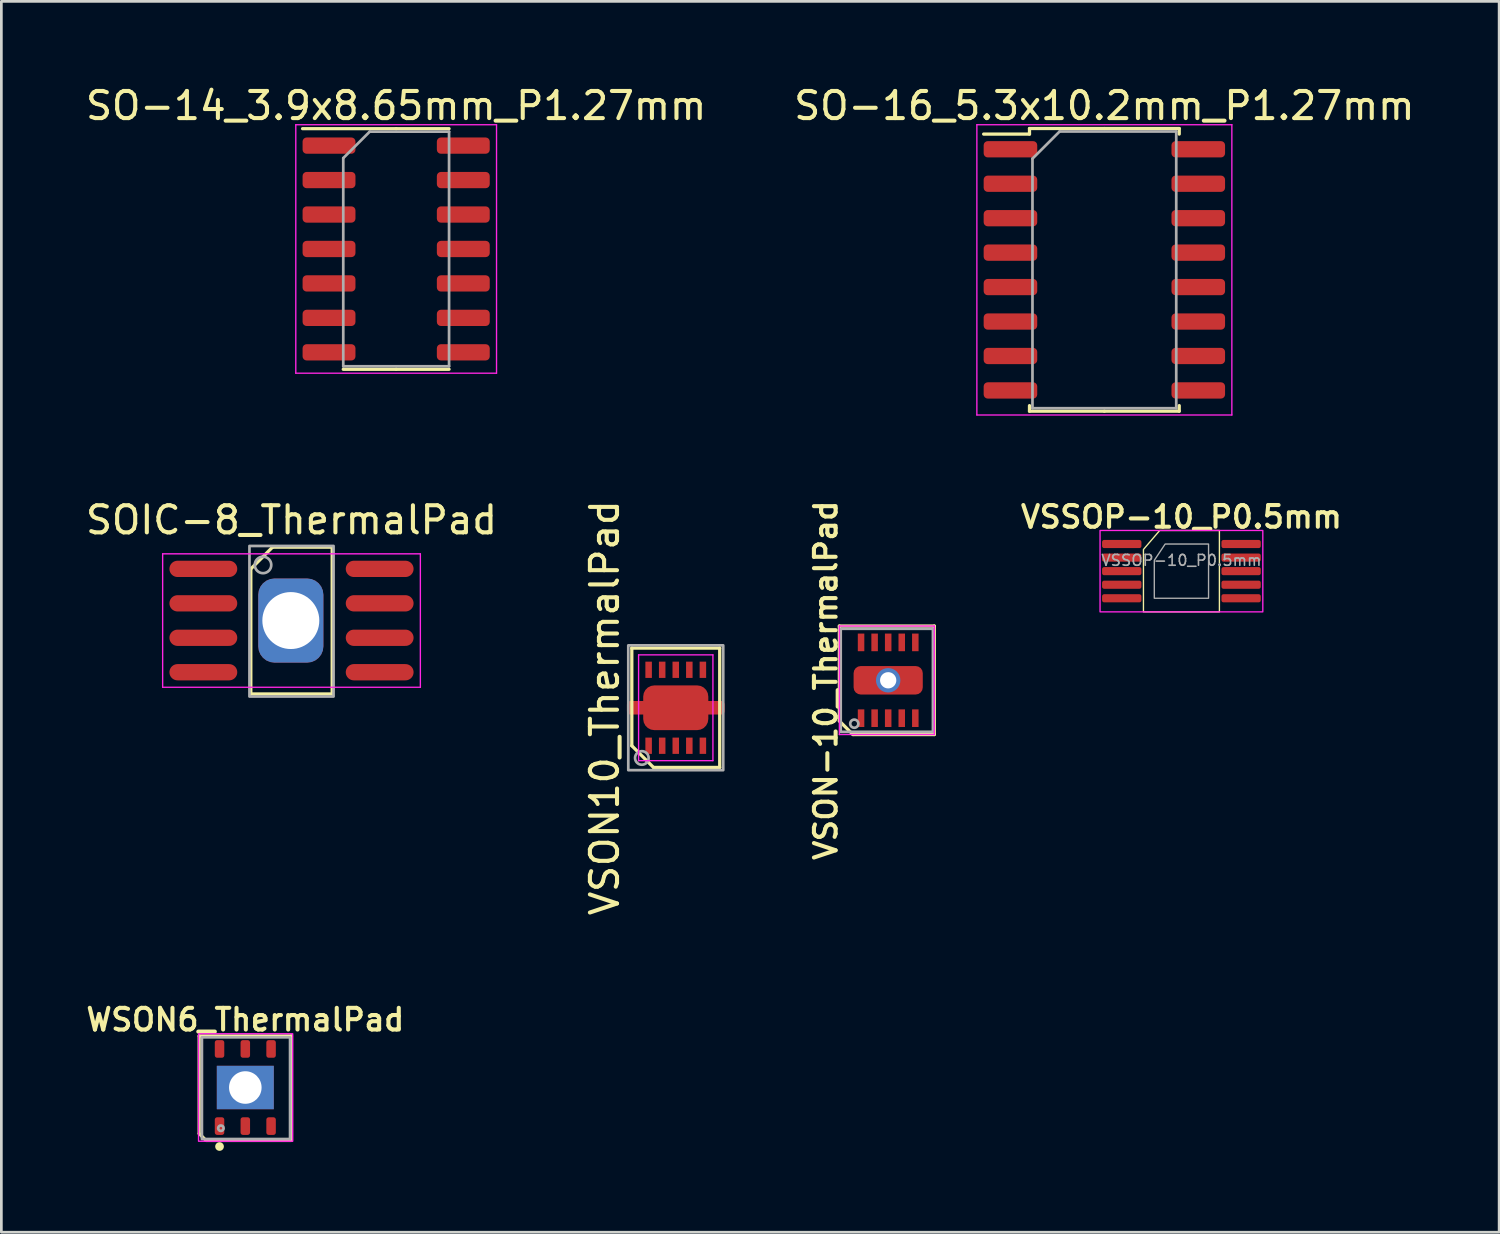
<source format=kicad_pcb>
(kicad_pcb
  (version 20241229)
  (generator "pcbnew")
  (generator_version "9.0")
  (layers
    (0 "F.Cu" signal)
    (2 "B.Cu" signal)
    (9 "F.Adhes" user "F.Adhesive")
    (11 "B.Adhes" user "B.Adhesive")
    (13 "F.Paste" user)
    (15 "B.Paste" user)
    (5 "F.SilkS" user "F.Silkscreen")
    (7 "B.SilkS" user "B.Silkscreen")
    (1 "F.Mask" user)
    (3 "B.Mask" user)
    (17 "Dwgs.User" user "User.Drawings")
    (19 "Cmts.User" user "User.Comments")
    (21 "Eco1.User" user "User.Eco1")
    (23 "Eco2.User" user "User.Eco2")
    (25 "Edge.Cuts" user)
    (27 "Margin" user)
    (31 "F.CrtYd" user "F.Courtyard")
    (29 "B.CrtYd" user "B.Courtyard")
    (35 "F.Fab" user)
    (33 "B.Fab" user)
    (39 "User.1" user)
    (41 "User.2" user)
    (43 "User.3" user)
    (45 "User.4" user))
  (footprint "VSON-10_ThermalPad"
    (layer "F.Cu")
    (at 29.692 22.028)
    (property "Reference" "VSON-10_ThermalPad" (at -2.3 0 90) (layer "F.SilkS") (effects (font (size 0.8 0.8) (thickness 0.15))))
    (attr smd)
    (fp_line (start -1.8 -2) (end 1.7 -2) (stroke (width 0.12) (type default)) (layer "F.SilkS"))
    (fp_line (start -1.8 1.5) (end -1.8 -2) (stroke (width 0.12) (type default)) (layer "F.SilkS"))
    (fp_line (start -1.3 2) (end -1.8 1.5) (stroke (width 0.12) (type default)) (layer "F.SilkS"))
    (fp_line (start 1.7 -2) (end 1.7 2) (stroke (width 0.12) (type default)) (layer "F.SilkS"))
    (fp_line (start 1.7 2) (end -1.3 2) (stroke (width 0.12) (type default)) (layer "F.SilkS"))
    (fp_line (start -1.8 -2) (end 1.7 -2) (stroke (width 0.05) (type default)) (layer "F.CrtYd"))
    (fp_line (start -1.8 2) (end -1.8 -2) (stroke (width 0.05) (type default)) (layer "F.CrtYd"))
    (fp_line (start 1.7 -2) (end 1.7 2) (stroke (width 0.05) (type default)) (layer "F.CrtYd"))
    (fp_line (start 1.7 2) (end -1.8 2) (stroke (width 0.05) (type default)) (layer "F.CrtYd"))
    (fp_rect (start -1.75 -1.9) (end 1.65 1.9) (stroke (width 0.1) (type default)) (fill no) (layer "F.Fab"))
    (fp_circle (center -1.25 1.6) (end -1.1 1.6) (stroke (width 0.1) (type solid)) (fill no) (layer "F.Fab"))
    (pad "1" smd rect (at -1 1.397) (size 0.24 0.65) (layers "F.Cu" "F.Mask" "F.Paste"))
    (pad "2" smd rect (at -0.5 1.397) (size 0.24 0.65) (layers "F.Cu" "F.Mask" "F.Paste"))
    (pad "3" smd rect (at 0 1.397) (size 0.24 0.65) (layers "F.Cu" "F.Mask" "F.Paste"))
    (pad "4" smd rect (at 0.5 1.397) (size 0.24 0.65) (layers "F.Cu" "F.Mask" "F.Paste"))
    (pad "5" smd rect (at 1 1.397) (size 0.24 0.65) (layers "F.Cu" "F.Mask" "F.Paste"))
    (pad "6" smd rect (at 1 -1.397) (size 0.24 0.65) (layers "F.Cu" "F.Mask" "F.Paste"))
    (pad "7" smd rect (at 0.5 -1.397) (size 0.24 0.65) (layers "F.Cu" "F.Mask" "F.Paste"))
    (pad "8" smd rect (at 0 -1.397) (size 0.24 0.65) (layers "F.Cu" "F.Mask" "F.Paste"))
    (pad "9" smd rect (at -0.5 -1.397) (size 0.24 0.65) (layers "F.Cu" "F.Mask" "F.Paste"))
    (pad "10" smd rect (at -1 -1.397) (size 0.24 0.65) (layers "F.Cu" "F.Mask" "F.Paste"))
    (pad "11" thru_hole circle (at 0 0) (size 0.9 0.9) (drill 0.6) (layers "*.Cu" "*.Mask"))
    (pad "11" smd roundrect (at 0 0) (size 2.55 1.05) (layers "F.Cu" "F.Mask" "F.Paste") (roundrect_rratio 0.25)))
  (footprint "VSSOP-10_P0.5mm"
    (layer "F.Cu")
    (at 40.502 18.005)
    (property "Reference" "VSSOP-10_P0.5mm" (at 0 -2 0) (unlocked yes) (layer "F.SilkS") (effects (font (size 0.8 0.8) (thickness 0.15))))
    (attr smd)
    (fp_poly (pts (xy -1.4 -0.8) (xy -0.8 -1.5) (xy 1.4 -1.5) (xy 1.4 1.5) (xy -1.4 1.5)) (stroke (width 0.05) (type solid)) (fill no) (layer "F.SilkS"))
    (fp_rect (start -3 -1.5) (end 3 1.5) (stroke (width 0.05) (type default)) (fill no) (layer "F.CrtYd"))
    (fp_poly (pts (xy -1 -0.4) (xy -0.6 -1) (xy 1 -1) (xy 1 1) (xy -1 1)) (stroke (width 0.05) (type solid)) (fill no) (layer "F.Fab"))
    (fp_text user "${REFERENCE}" (at 0 -0.4 0) (unlocked yes) (layer "F.Fab") (effects (font (size 0.4 0.4) (thickness 0.06))))
    (pad "1" smd roundrect (at -2.2 -1) (size 1.45 0.3) (layers "F.Cu" "F.Mask" "F.Paste") (roundrect_rratio 0.25))
    (pad "2" smd roundrect (at -2.2 -0.5) (size 1.45 0.3) (layers "F.Cu" "F.Mask" "F.Paste") (roundrect_rratio 0.25))
    (pad "3" smd roundrect (at -2.2 0) (size 1.45 0.3) (layers "F.Cu" "F.Mask" "F.Paste") (roundrect_rratio 0.25))
    (pad "4" smd roundrect (at -2.2 0.5) (size 1.45 0.3) (layers "F.Cu" "F.Mask" "F.Paste") (roundrect_rratio 0.25))
    (pad "5" smd roundrect (at -2.2 1) (size 1.45 0.3) (layers "F.Cu" "F.Mask" "F.Paste") (roundrect_rratio 0.25))
    (pad "6" smd roundrect (at 2.2 1) (size 1.45 0.3) (layers "F.Cu" "F.Mask" "F.Paste") (roundrect_rratio 0.25))
    (pad "7" smd roundrect (at 2.2 0.5) (size 1.45 0.3) (layers "F.Cu" "F.Mask" "F.Paste") (roundrect_rratio 0.25))
    (pad "8" smd roundrect (at 2.2 0) (size 1.45 0.3) (layers "F.Cu" "F.Mask" "F.Paste") (roundrect_rratio 0.25))
    (pad "9" smd roundrect (at 2.2 -0.5) (size 1.45 0.3) (layers "F.Cu" "F.Mask" "F.Paste") (roundrect_rratio 0.25))
    (pad "10" smd roundrect (at 2.2 -1) (size 1.45 0.3) (layers "F.Cu" "F.Mask" "F.Paste") (roundrect_rratio 0.25)))
  (footprint "VSON10_ThermalPad"
    (layer "F.Cu")
    (at 21.861 23.041)
    (property "Reference" "VSON10_ThermalPad" (at -2.62 0 90) (layer "F.SilkS") (effects (font (size 1 1) (thickness 0.15))))
    (attr smd)
    (fp_line (start -1.62 -2.2) (end 1.62 -2.2) (stroke (width 0.12) (type default)) (layer "F.SilkS"))
    (fp_line (start -1.62 1.4) (end -1.62 -2.2) (stroke (width 0.12) (type default)) (layer "F.SilkS"))
    (fp_line (start -0.82 2.2) (end -1.62 1.4) (stroke (width 0.12) (type default)) (layer "F.SilkS"))
    (fp_line (start 1.62 -2.2) (end 1.62 2.2) (stroke (width 0.12) (type default)) (layer "F.SilkS"))
    (fp_line (start 1.62 2.2) (end -0.82 2.2) (stroke (width 0.12) (type default)) (layer "F.SilkS"))
    (fp_line (start -1.37 -1.95) (end 1.37 -1.95) (stroke (width 0.05) (type default)) (layer "F.CrtYd"))
    (fp_line (start -1.37 1.95) (end -1.37 -1.95) (stroke (width 0.05) (type default)) (layer "F.CrtYd"))
    (fp_line (start 1.37 -1.95) (end 1.37 1.95) (stroke (width 0.05) (type default)) (layer "F.CrtYd"))
    (fp_line (start 1.37 1.95) (end -1.37 1.95) (stroke (width 0.05) (type default)) (layer "F.CrtYd"))
    (fp_rect (start -1.75 -2.3) (end 1.75 2.3) (stroke (width 0.1) (type default)) (fill no) (layer "F.Fab"))
    (fp_circle (center -1.25 1.85) (end -1 1.85) (stroke (width 0.1) (type solid)) (fill no) (layer "F.Fab"))
    (pad "1" smd rect (at -1 1.4) (size 0.24 0.6) (layers "F.Cu" "F.Mask" "F.Paste"))
    (pad "2" smd rect (at -0.5 1.4) (size 0.24 0.6) (layers "F.Cu" "F.Mask" "F.Paste"))
    (pad "3" smd rect (at 0 1.4) (size 0.24 0.6) (layers "F.Cu" "F.Mask" "F.Paste"))
    (pad "4" smd rect (at 0.5 1.4) (size 0.24 0.6) (layers "F.Cu" "F.Mask" "F.Paste"))
    (pad "5" smd rect (at 1 1.4) (size 0.24 0.6) (layers "F.Cu" "F.Mask" "F.Paste"))
    (pad "6" smd rect (at 1 -1.4) (size 0.24 0.6) (layers "F.Cu" "F.Mask" "F.Paste"))
    (pad "7" smd rect (at 0.5 -1.4) (size 0.24 0.6) (layers "F.Cu" "F.Mask" "F.Paste"))
    (pad "8" smd rect (at 0 -1.4) (size 0.24 0.6) (layers "F.Cu" "F.Mask" "F.Paste"))
    (pad "9" smd rect (at -0.5 -1.4) (size 0.24 0.6) (layers "F.Cu" "F.Mask" "F.Paste"))
    (pad "10" smd rect (at -1 -1.4) (size 0.24 0.6) (layers "F.Cu" "F.Mask" "F.Paste"))
    (pad "11" smd roundrect (at -1.3 0) (size 1 0.5) (layers "F.Cu" "F.Mask" "F.Paste") (roundrect_rratio 0.25))
    (pad "11" smd roundrect (at 0 0) (size 2.4 1.65) (layers "F.Cu" "F.Mask" "F.Paste") (roundrect_rratio 0.25))
    (pad "11" smd roundrect (at 1.3 0) (size 1 0.5) (layers "F.Cu" "F.Mask" "F.Paste") (roundrect_rratio 0.25)))
  (footprint "SO-16_5.3x10.2mm_P1.27mm"
    (layer "F.Cu")
    (at 37.661 6.898)
    (property "Reference" "SO-16_5.3x10.2mm_P1.27mm" (at 0 -6.05 0) (layer "F.SilkS") (effects (font (size 1 1) (thickness 0.15))))
    (attr smd)
    (fp_line (start -2.76 -5.21) (end -2.76 -5.005) (stroke (width 0.12) (type solid)) (layer "F.SilkS"))
    (fp_line (start -2.76 -5.005) (end -4.45 -5.005) (stroke (width 0.12) (type solid)) (layer "F.SilkS"))
    (fp_line (start -2.76 5.21) (end -2.76 5.005) (stroke (width 0.12) (type solid)) (layer "F.SilkS"))
    (fp_line (start 0 -5.21) (end -2.76 -5.21) (stroke (width 0.12) (type solid)) (layer "F.SilkS"))
    (fp_line (start 0 -5.21) (end 2.76 -5.21) (stroke (width 0.12) (type solid)) (layer "F.SilkS"))
    (fp_line (start 0 5.21) (end -2.76 5.21) (stroke (width 0.12) (type solid)) (layer "F.SilkS"))
    (fp_line (start 0 5.21) (end 2.76 5.21) (stroke (width 0.12) (type solid)) (layer "F.SilkS"))
    (fp_line (start 2.76 -5.21) (end 2.76 -5.005) (stroke (width 0.12) (type solid)) (layer "F.SilkS"))
    (fp_line (start 2.76 5.21) (end 2.76 5.005) (stroke (width 0.12) (type solid)) (layer "F.SilkS"))
    (fp_line (start -4.7 -5.35) (end -4.7 5.35) (stroke (width 0.05) (type solid)) (layer "F.CrtYd"))
    (fp_line (start -4.7 5.35) (end 4.7 5.35) (stroke (width 0.05) (type solid)) (layer "F.CrtYd"))
    (fp_line (start 4.7 -5.35) (end -4.7 -5.35) (stroke (width 0.05) (type solid)) (layer "F.CrtYd"))
    (fp_line (start 4.7 5.35) (end 4.7 -5.35) (stroke (width 0.05) (type solid)) (layer "F.CrtYd"))
    (fp_line (start -2.65 -4.1) (end -1.65 -5.1) (stroke (width 0.1) (type solid)) (layer "F.Fab"))
    (fp_line (start -2.65 5.1) (end -2.65 -4.1) (stroke (width 0.1) (type solid)) (layer "F.Fab"))
    (fp_line (start -1.65 -5.1) (end 2.65 -5.1) (stroke (width 0.1) (type solid)) (layer "F.Fab"))
    (fp_line (start 2.65 -5.1) (end 2.65 5.1) (stroke (width 0.1) (type solid)) (layer "F.Fab"))
    (fp_line (start 2.65 5.1) (end -2.65 5.1) (stroke (width 0.1) (type solid)) (layer "F.Fab"))
    (pad "1" smd roundrect (at -3.462 -4.445) (size 1.975 0.6) (layers "F.Cu" "F.Mask" "F.Paste") (roundrect_rratio 0.25))
    (pad "2" smd roundrect (at -3.462 -3.175) (size 1.975 0.6) (layers "F.Cu" "F.Mask" "F.Paste") (roundrect_rratio 0.25))
    (pad "3" smd roundrect (at -3.462 -1.905) (size 1.975 0.6) (layers "F.Cu" "F.Mask" "F.Paste") (roundrect_rratio 0.25))
    (pad "4" smd roundrect (at -3.462 -0.635) (size 1.975 0.6) (layers "F.Cu" "F.Mask" "F.Paste") (roundrect_rratio 0.25))
    (pad "5" smd roundrect (at -3.462 0.635) (size 1.975 0.6) (layers "F.Cu" "F.Mask" "F.Paste") (roundrect_rratio 0.25))
    (pad "6" smd roundrect (at -3.462 1.905) (size 1.975 0.6) (layers "F.Cu" "F.Mask" "F.Paste") (roundrect_rratio 0.25))
    (pad "7" smd roundrect (at -3.462 3.175) (size 1.975 0.6) (layers "F.Cu" "F.Mask" "F.Paste") (roundrect_rratio 0.25))
    (pad "8" smd roundrect (at -3.462 4.445) (size 1.975 0.6) (layers "F.Cu" "F.Mask" "F.Paste") (roundrect_rratio 0.25))
    (pad "9" smd roundrect (at 3.462 4.445) (size 1.975 0.6) (layers "F.Cu" "F.Mask" "F.Paste") (roundrect_rratio 0.25))
    (pad "10" smd roundrect (at 3.462 3.175) (size 1.975 0.6) (layers "F.Cu" "F.Mask" "F.Paste") (roundrect_rratio 0.25))
    (pad "11" smd roundrect (at 3.462 1.905) (size 1.975 0.6) (layers "F.Cu" "F.Mask" "F.Paste") (roundrect_rratio 0.25))
    (pad "12" smd roundrect (at 3.462 0.635) (size 1.975 0.6) (layers "F.Cu" "F.Mask" "F.Paste") (roundrect_rratio 0.25))
    (pad "13" smd roundrect (at 3.462 -0.635) (size 1.975 0.6) (layers "F.Cu" "F.Mask" "F.Paste") (roundrect_rratio 0.25))
    (pad "14" smd roundrect (at 3.462 -1.905) (size 1.975 0.6) (layers "F.Cu" "F.Mask" "F.Paste") (roundrect_rratio 0.25))
    (pad "15" smd roundrect (at 3.462 -3.175) (size 1.975 0.6) (layers "F.Cu" "F.Mask" "F.Paste") (roundrect_rratio 0.25))
    (pad "16" smd roundrect (at 3.462 -4.445) (size 1.975 0.6) (layers "F.Cu" "F.Mask" "F.Paste") (roundrect_rratio 0.25)))
  (footprint "SOIC-8_ThermalPad"
    (layer "F.Cu")
    (at 7.696 19.826)
    (property "Reference" "SOIC-8_ThermalPad" (at 0 -3.705 0) (layer "F.SilkS") (effects (font (size 1 1) (thickness 0.15))))
    (attr smd)
    (fp_line (start -1.5 -1.905) (end -0.7 -2.705) (stroke (width 0.12) (type default)) (layer "F.SilkS"))
    (fp_line (start -1.5 2.705) (end -1.5 -1.905) (stroke (width 0.12) (type default)) (layer "F.SilkS"))
    (fp_line (start -0.7 -2.705) (end 1.5 -2.705) (stroke (width 0.12) (type default)) (layer "F.SilkS"))
    (fp_line (start 1.5 -2.705) (end 1.5 2.705) (stroke (width 0.12) (type default)) (layer "F.SilkS"))
    (fp_line (start 1.5 2.705) (end -1.5 2.705) (stroke (width 0.12) (type default)) (layer "F.SilkS"))
    (fp_line (start -4.75 -2.46) (end 4.75 -2.46) (stroke (width 0.05) (type default)) (layer "F.CrtYd"))
    (fp_line (start -4.75 2.46) (end -4.75 -2.46) (stroke (width 0.05) (type default)) (layer "F.CrtYd"))
    (fp_line (start 4.75 -2.46) (end 4.75 2.46) (stroke (width 0.05) (type default)) (layer "F.CrtYd"))
    (fp_line (start 4.75 2.46) (end -4.75 2.46) (stroke (width 0.05) (type default)) (layer "F.CrtYd"))
    (fp_rect (start -1.55 -2.75) (end 1.55 2.8) (stroke (width 0.1) (type default)) (fill no) (layer "F.Fab"))
    (fp_circle (center -1.05 -2.05) (end -0.746 -2.05) (stroke (width 0.1) (type solid)) (fill no) (layer "F.Fab"))
    (pad "1" smd oval (at -3.25 -1.905 270) (size 0.6 2.5) (layers "F.Cu" "F.Mask" "F.Paste"))
    (pad "2" smd oval (at -3.25 -0.635 270) (size 0.6 2.5) (layers "F.Cu" "F.Mask" "F.Paste"))
    (pad "3" smd oval (at -3.25 0.635 270) (size 0.6 2.5) (layers "F.Cu" "F.Mask" "F.Paste"))
    (pad "4" smd oval (at -3.25 1.905 270) (size 0.6 2.5) (layers "F.Cu" "F.Mask" "F.Paste"))
    (pad "5" smd oval (at 3.25 1.905 270) (size 0.6 2.5) (layers "F.Cu" "F.Mask" "F.Paste"))
    (pad "6" smd oval (at 3.25 0.635 270) (size 0.6 2.5) (layers "F.Cu" "F.Mask" "F.Paste"))
    (pad "7" smd oval (at 3.25 -0.635 270) (size 0.6 2.5) (layers "F.Cu" "F.Mask" "F.Paste"))
    (pad "8" smd oval (at 3.25 -1.905 270) (size 0.6 2.5) (layers "F.Cu" "F.Mask" "F.Paste"))
    (pad "9" thru_hole roundrect (at -0.025 0) (size 2.4 3.1) (drill 2.1) (layers "*.Cu" "*.Mask") (roundrect_rratio 0.25)))
  (footprint "SO-14_3.9x8.65mm_P1.27mm"
    (layer "F.Cu")
    (at 11.554 6.128)
    (property "Reference" "SO-14_3.9x8.65mm_P1.27mm" (at 0 -5.28 0) (layer "F.SilkS") (effects (font (size 1 1) (thickness 0.15))))
    (attr smd)
    (fp_line (start 0 -4.435) (end -3.45 -4.435) (stroke (width 0.12) (type solid)) (layer "F.SilkS"))
    (fp_line (start 0 -4.435) (end 1.95 -4.435) (stroke (width 0.12) (type solid)) (layer "F.SilkS"))
    (fp_line (start 0 4.435) (end -1.95 4.435) (stroke (width 0.12) (type solid)) (layer "F.SilkS"))
    (fp_line (start 0 4.435) (end 1.95 4.435) (stroke (width 0.12) (type solid)) (layer "F.SilkS"))
    (fp_line (start -3.7 -4.58) (end -3.7 4.58) (stroke (width 0.05) (type solid)) (layer "F.CrtYd"))
    (fp_line (start -3.7 4.58) (end 3.7 4.58) (stroke (width 0.05) (type solid)) (layer "F.CrtYd"))
    (fp_line (start 3.7 -4.58) (end -3.7 -4.58) (stroke (width 0.05) (type solid)) (layer "F.CrtYd"))
    (fp_line (start 3.7 4.58) (end 3.7 -4.58) (stroke (width 0.05) (type solid)) (layer "F.CrtYd"))
    (fp_line (start -1.95 -3.35) (end -0.975 -4.325) (stroke (width 0.1) (type solid)) (layer "F.Fab"))
    (fp_line (start -1.95 4.325) (end -1.95 -3.35) (stroke (width 0.1) (type solid)) (layer "F.Fab"))
    (fp_line (start -0.975 -4.325) (end 1.95 -4.325) (stroke (width 0.1) (type solid)) (layer "F.Fab"))
    (fp_line (start 1.95 -4.325) (end 1.95 4.325) (stroke (width 0.1) (type solid)) (layer "F.Fab"))
    (fp_line (start 1.95 4.325) (end -1.95 4.325) (stroke (width 0.1) (type solid)) (layer "F.Fab"))
    (pad "1" smd roundrect (at -2.475 -3.81) (size 1.95 0.6) (layers "F.Cu" "F.Mask" "F.Paste") (roundrect_rratio 0.25))
    (pad "2" smd roundrect (at -2.475 -2.54) (size 1.95 0.6) (layers "F.Cu" "F.Mask" "F.Paste") (roundrect_rratio 0.25))
    (pad "3" smd roundrect (at -2.475 -1.27) (size 1.95 0.6) (layers "F.Cu" "F.Mask" "F.Paste") (roundrect_rratio 0.25))
    (pad "4" smd roundrect (at -2.475 0) (size 1.95 0.6) (layers "F.Cu" "F.Mask" "F.Paste") (roundrect_rratio 0.25))
    (pad "5" smd roundrect (at -2.475 1.27) (size 1.95 0.6) (layers "F.Cu" "F.Mask" "F.Paste") (roundrect_rratio 0.25))
    (pad "6" smd roundrect (at -2.475 2.54) (size 1.95 0.6) (layers "F.Cu" "F.Mask" "F.Paste") (roundrect_rratio 0.25))
    (pad "7" smd roundrect (at -2.475 3.81) (size 1.95 0.6) (layers "F.Cu" "F.Mask" "F.Paste") (roundrect_rratio 0.25))
    (pad "8" smd roundrect (at 2.475 3.81) (size 1.95 0.6) (layers "F.Cu" "F.Mask" "F.Paste") (roundrect_rratio 0.25))
    (pad "9" smd roundrect (at 2.475 2.54) (size 1.95 0.6) (layers "F.Cu" "F.Mask" "F.Paste") (roundrect_rratio 0.25))
    (pad "10" smd roundrect (at 2.475 1.27) (size 1.95 0.6) (layers "F.Cu" "F.Mask" "F.Paste") (roundrect_rratio 0.25))
    (pad "11" smd roundrect (at 2.475 0) (size 1.95 0.6) (layers "F.Cu" "F.Mask" "F.Paste") (roundrect_rratio 0.25))
    (pad "12" smd roundrect (at 2.475 -1.27) (size 1.95 0.6) (layers "F.Cu" "F.Mask" "F.Paste") (roundrect_rratio 0.25))
    (pad "13" smd roundrect (at 2.475 -2.54) (size 1.95 0.6) (layers "F.Cu" "F.Mask" "F.Paste") (roundrect_rratio 0.25))
    (pad "14" smd roundrect (at 2.475 -3.81) (size 1.95 0.6) (layers "F.Cu" "F.Mask" "F.Paste") (roundrect_rratio 0.25)))
  (footprint "WSON6_ThermalPad"
    (layer "F.Cu")
    (at 5.993 37.04)
    (property "Reference" "WSON6_ThermalPad" (at 0 -2.5 0) (unlocked yes) (layer "F.SilkS") (effects (font (size 0.8 0.8) (thickness 0.15))))
    (attr smd)
    (fp_line (start -1.7 -1.9) (end -1.7 1.7) (stroke (width 0.12) (type default)) (layer "F.SilkS"))
    (fp_line (start -1.7 -1.9) (end 1.7 -1.9) (stroke (width 0.12) (type default)) (layer "F.SilkS"))
    (fp_line (start -1.7 1.7) (end -1.45 1.95) (stroke (width 0.12) (type default)) (layer "F.SilkS"))
    (fp_line (start -1.45 1.95) (end 1.7 1.95) (stroke (width 0.12) (type default)) (layer "F.SilkS"))
    (fp_line (start 1.7 -1.9) (end 1.7 1.95) (stroke (width 0.12) (type default)) (layer "F.SilkS"))
    (fp_circle (center -0.95 2.175) (end -0.85 2.175) (stroke (width 0.12) (type solid)) (fill yes) (layer "F.SilkS"))
    (fp_rect (start -1.724 -1.982) (end 1.747 1.98) (stroke (width 0.05) (type default)) (fill no) (layer "F.CrtYd"))
    (fp_rect (start -1.6 -1.85) (end 1.65 1.9) (stroke (width 0.1) (type default)) (fill no) (layer "F.Fab"))
    (fp_circle (center -0.9 1.5) (end -0.8 1.5) (stroke (width 0.1) (type solid)) (fill no) (layer "F.Fab"))
    (pad "1" smd roundrect (at -0.95 1.422) (size 0.35 0.65) (layers "F.Cu" "F.Mask" "F.Paste") (roundrect_rratio 0.25))
    (pad "2" smd roundrect (at 0 1.422) (size 0.35 0.65) (layers "F.Cu" "F.Mask" "F.Paste") (roundrect_rratio 0.25))
    (pad "3" smd roundrect (at 0.95 1.422) (size 0.35 0.65) (layers "F.Cu" "F.Mask" "F.Paste") (roundrect_rratio 0.25))
    (pad "4" smd roundrect (at 0.95 -1.422) (size 0.35 0.65) (layers "F.Cu" "F.Mask" "F.Paste") (roundrect_rratio 0.25))
    (pad "5" smd roundrect (at 0 -1.422) (size 0.35 0.65) (layers "F.Cu" "F.Mask" "F.Paste") (roundrect_rratio 0.25))
    (pad "6" smd roundrect (at -0.95 -1.422) (size 0.35 0.65) (layers "F.Cu" "F.Mask" "F.Paste") (roundrect_rratio 0.25))
    (pad "7" thru_hole rect (at 0 0) (size 2.1 1.6) (drill 1.2) (layers "*.Cu" "*.Mask")))
  (gr_rect
    (start -3 -3)
    (end 52.214 42.375)
    (stroke (width 0.1) (type default))
    (fill no)
    (layer "Edge.Cuts")))
</source>
